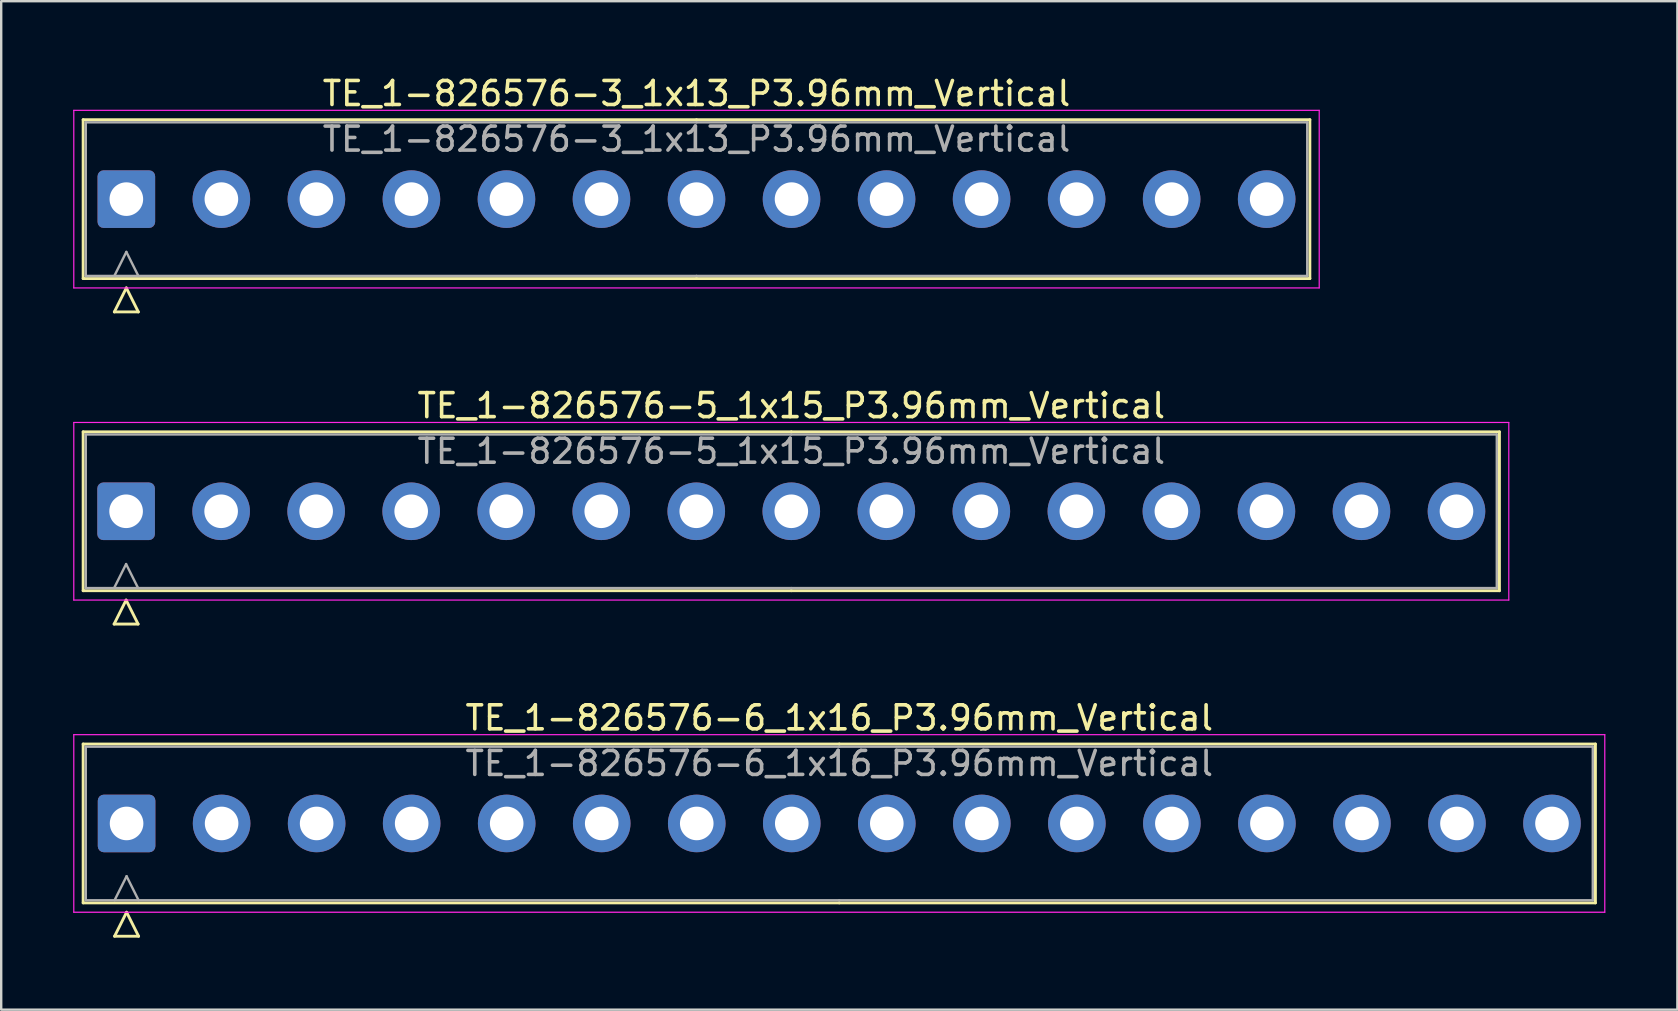
<source format=kicad_pcb>
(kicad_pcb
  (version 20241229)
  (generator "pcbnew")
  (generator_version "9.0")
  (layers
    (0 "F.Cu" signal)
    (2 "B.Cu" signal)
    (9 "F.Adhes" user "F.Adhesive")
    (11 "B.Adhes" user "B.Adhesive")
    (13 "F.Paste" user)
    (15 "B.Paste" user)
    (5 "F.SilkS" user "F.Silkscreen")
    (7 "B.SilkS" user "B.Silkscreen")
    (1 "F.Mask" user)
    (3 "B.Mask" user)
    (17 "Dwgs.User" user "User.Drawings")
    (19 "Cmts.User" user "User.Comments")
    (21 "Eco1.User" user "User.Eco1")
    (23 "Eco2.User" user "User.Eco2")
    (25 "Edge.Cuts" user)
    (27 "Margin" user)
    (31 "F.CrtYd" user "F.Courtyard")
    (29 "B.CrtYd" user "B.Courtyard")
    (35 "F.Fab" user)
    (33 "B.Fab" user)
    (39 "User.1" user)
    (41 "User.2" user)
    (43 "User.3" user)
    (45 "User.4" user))
  (footprint "TE_1-826576-6_1x16_P3.96mm_Vertical"
    (layer "F.Cu")
    (at 2.225 31.265)
    (property "Reference" "TE_1-826576-6_1x16_P3.96mm_Vertical" (at 29.7 -4.4 0) (layer "F.SilkS") (effects (font (size 1 1) (thickness 0.15))))
    (attr through_hole)
    (fp_line (start -1.81 -3.31) (end -1.81 3.31) (stroke (width 0.12) (type solid)) (layer "F.SilkS"))
    (fp_line (start -1.81 3.31) (end 29.7 3.31) (stroke (width 0.12) (type solid)) (layer "F.SilkS"))
    (fp_line (start -0.5 4.7) (end 0 3.7) (stroke (width 0.12) (type solid)) (layer "F.SilkS"))
    (fp_line (start 0 3.7) (end 0.5 4.7) (stroke (width 0.12) (type solid)) (layer "F.SilkS"))
    (fp_line (start 0.5 4.7) (end -0.5 4.7) (stroke (width 0.12) (type solid)) (layer "F.SilkS"))
    (fp_line (start 29.7 -3.31) (end -1.81 -3.31) (stroke (width 0.12) (type solid)) (layer "F.SilkS"))
    (fp_line (start 29.7 -3.31) (end 61.21 -3.31) (stroke (width 0.12) (type solid)) (layer "F.SilkS"))
    (fp_line (start 61.21 -3.31) (end 61.21 3.31) (stroke (width 0.12) (type solid)) (layer "F.SilkS"))
    (fp_line (start 61.21 3.31) (end 29.7 3.31) (stroke (width 0.12) (type solid)) (layer "F.SilkS"))
    (fp_line (start -2.2 -3.7) (end -2.2 3.7) (stroke (width 0.05) (type solid)) (layer "F.CrtYd"))
    (fp_line (start -2.2 3.7) (end 61.6 3.7) (stroke (width 0.05) (type solid)) (layer "F.CrtYd"))
    (fp_line (start 61.6 -3.7) (end -2.2 -3.7) (stroke (width 0.05) (type solid)) (layer "F.CrtYd"))
    (fp_line (start 61.6 3.7) (end 61.6 -3.7) (stroke (width 0.05) (type solid)) (layer "F.CrtYd"))
    (fp_line (start -1.7 -3.2) (end -1.7 3.2) (stroke (width 0.1) (type solid)) (layer "F.Fab"))
    (fp_line (start -1.7 3.2) (end 29.7 3.2) (stroke (width 0.1) (type solid)) (layer "F.Fab"))
    (fp_line (start -0.5 3.2) (end 0 2.2) (stroke (width 0.1) (type solid)) (layer "F.Fab"))
    (fp_line (start 0 2.2) (end 0.5 3.2) (stroke (width 0.1) (type solid)) (layer "F.Fab"))
    (fp_line (start 29.7 -3.2) (end -1.7 -3.2) (stroke (width 0.1) (type solid)) (layer "F.Fab"))
    (fp_line (start 29.7 -3.2) (end 61.1 -3.2) (stroke (width 0.1) (type solid)) (layer "F.Fab"))
    (fp_line (start 61.1 -3.2) (end 61.1 3.2) (stroke (width 0.1) (type solid)) (layer "F.Fab"))
    (fp_line (start 61.1 3.2) (end 29.7 3.2) (stroke (width 0.1) (type solid)) (layer "F.Fab"))
    (fp_text user "${REFERENCE}" (at 29.7 -2.5 0) (layer "F.Fab") (effects (font (size 1 1) (thickness 0.15))))
    (pad "1" thru_hole roundrect (at 0 0) (size 2.4 2.4) (drill 1.4) (layers "*.Cu" "*.Mask") (roundrect_rratio 0.104))
    (pad "2" thru_hole circle (at 3.96 0) (size 2.4 2.4) (drill 1.4) (layers "*.Cu" "*.Mask"))
    (pad "3" thru_hole circle (at 7.92 0) (size 2.4 2.4) (drill 1.4) (layers "*.Cu" "*.Mask"))
    (pad "4" thru_hole circle (at 11.88 0) (size 2.4 2.4) (drill 1.4) (layers "*.Cu" "*.Mask"))
    (pad "5" thru_hole circle (at 15.84 0) (size 2.4 2.4) (drill 1.4) (layers "*.Cu" "*.Mask"))
    (pad "6" thru_hole circle (at 19.8 0) (size 2.4 2.4) (drill 1.4) (layers "*.Cu" "*.Mask"))
    (pad "7" thru_hole circle (at 23.76 0) (size 2.4 2.4) (drill 1.4) (layers "*.Cu" "*.Mask"))
    (pad "8" thru_hole circle (at 27.72 0) (size 2.4 2.4) (drill 1.4) (layers "*.Cu" "*.Mask"))
    (pad "9" thru_hole circle (at 31.68 0) (size 2.4 2.4) (drill 1.4) (layers "*.Cu" "*.Mask"))
    (pad "10" thru_hole circle (at 35.64 0) (size 2.4 2.4) (drill 1.4) (layers "*.Cu" "*.Mask"))
    (pad "11" thru_hole circle (at 39.6 0) (size 2.4 2.4) (drill 1.4) (layers "*.Cu" "*.Mask"))
    (pad "12" thru_hole circle (at 43.56 0) (size 2.4 2.4) (drill 1.4) (layers "*.Cu" "*.Mask"))
    (pad "13" thru_hole circle (at 47.52 0) (size 2.4 2.4) (drill 1.4) (layers "*.Cu" "*.Mask"))
    (pad "14" thru_hole circle (at 51.48 0) (size 2.4 2.4) (drill 1.4) (layers "*.Cu" "*.Mask"))
    (pad "15" thru_hole circle (at 55.44 0) (size 2.4 2.4) (drill 1.4) (layers "*.Cu" "*.Mask"))
    (pad "16" thru_hole circle (at 59.4 0) (size 2.4 2.4) (drill 1.4) (layers "*.Cu" "*.Mask")))
  (footprint "TE_1-826576-5_1x15_P3.96mm_Vertical"
    (layer "F.Cu")
    (at 2.205 18.256)
    (property "Reference" "TE_1-826576-5_1x15_P3.96mm_Vertical" (at 27.72 -4.4 0) (layer "F.SilkS") (effects (font (size 1 1) (thickness 0.15))))
    (attr through_hole)
    (fp_line (start -1.79 -3.31) (end -1.79 3.31) (stroke (width 0.12) (type solid)) (layer "F.SilkS"))
    (fp_line (start -1.79 3.31) (end 27.72 3.31) (stroke (width 0.12) (type solid)) (layer "F.SilkS"))
    (fp_line (start -0.5 4.7) (end 0 3.7) (stroke (width 0.12) (type solid)) (layer "F.SilkS"))
    (fp_line (start 0 3.7) (end 0.5 4.7) (stroke (width 0.12) (type solid)) (layer "F.SilkS"))
    (fp_line (start 0.5 4.7) (end -0.5 4.7) (stroke (width 0.12) (type solid)) (layer "F.SilkS"))
    (fp_line (start 27.72 -3.31) (end -1.79 -3.31) (stroke (width 0.12) (type solid)) (layer "F.SilkS"))
    (fp_line (start 27.72 -3.31) (end 57.23 -3.31) (stroke (width 0.12) (type solid)) (layer "F.SilkS"))
    (fp_line (start 57.23 -3.31) (end 57.23 3.31) (stroke (width 0.12) (type solid)) (layer "F.SilkS"))
    (fp_line (start 57.23 3.31) (end 27.72 3.31) (stroke (width 0.12) (type solid)) (layer "F.SilkS"))
    (fp_line (start -2.18 -3.7) (end -2.18 3.7) (stroke (width 0.05) (type solid)) (layer "F.CrtYd"))
    (fp_line (start -2.18 3.7) (end 57.62 3.7) (stroke (width 0.05) (type solid)) (layer "F.CrtYd"))
    (fp_line (start 57.62 -3.7) (end -2.18 -3.7) (stroke (width 0.05) (type solid)) (layer "F.CrtYd"))
    (fp_line (start 57.62 3.7) (end 57.62 -3.7) (stroke (width 0.05) (type solid)) (layer "F.CrtYd"))
    (fp_line (start -1.68 -3.2) (end -1.68 3.2) (stroke (width 0.1) (type solid)) (layer "F.Fab"))
    (fp_line (start -1.68 3.2) (end 27.72 3.2) (stroke (width 0.1) (type solid)) (layer "F.Fab"))
    (fp_line (start -0.5 3.2) (end 0 2.2) (stroke (width 0.1) (type solid)) (layer "F.Fab"))
    (fp_line (start 0 2.2) (end 0.5 3.2) (stroke (width 0.1) (type solid)) (layer "F.Fab"))
    (fp_line (start 27.72 -3.2) (end -1.68 -3.2) (stroke (width 0.1) (type solid)) (layer "F.Fab"))
    (fp_line (start 27.72 -3.2) (end 57.12 -3.2) (stroke (width 0.1) (type solid)) (layer "F.Fab"))
    (fp_line (start 57.12 -3.2) (end 57.12 3.2) (stroke (width 0.1) (type solid)) (layer "F.Fab"))
    (fp_line (start 57.12 3.2) (end 27.72 3.2) (stroke (width 0.1) (type solid)) (layer "F.Fab"))
    (fp_text user "${REFERENCE}" (at 27.72 -2.5 0) (layer "F.Fab") (effects (font (size 1 1) (thickness 0.15))))
    (pad "1" thru_hole roundrect (at 0 0) (size 2.4 2.4) (drill 1.4) (layers "*.Cu" "*.Mask") (roundrect_rratio 0.104))
    (pad "2" thru_hole circle (at 3.96 0) (size 2.4 2.4) (drill 1.4) (layers "*.Cu" "*.Mask"))
    (pad "3" thru_hole circle (at 7.92 0) (size 2.4 2.4) (drill 1.4) (layers "*.Cu" "*.Mask"))
    (pad "4" thru_hole circle (at 11.88 0) (size 2.4 2.4) (drill 1.4) (layers "*.Cu" "*.Mask"))
    (pad "5" thru_hole circle (at 15.84 0) (size 2.4 2.4) (drill 1.4) (layers "*.Cu" "*.Mask"))
    (pad "6" thru_hole circle (at 19.8 0) (size 2.4 2.4) (drill 1.4) (layers "*.Cu" "*.Mask"))
    (pad "7" thru_hole circle (at 23.76 0) (size 2.4 2.4) (drill 1.4) (layers "*.Cu" "*.Mask"))
    (pad "8" thru_hole circle (at 27.72 0) (size 2.4 2.4) (drill 1.4) (layers "*.Cu" "*.Mask"))
    (pad "9" thru_hole circle (at 31.68 0) (size 2.4 2.4) (drill 1.4) (layers "*.Cu" "*.Mask"))
    (pad "10" thru_hole circle (at 35.64 0) (size 2.4 2.4) (drill 1.4) (layers "*.Cu" "*.Mask"))
    (pad "11" thru_hole circle (at 39.6 0) (size 2.4 2.4) (drill 1.4) (layers "*.Cu" "*.Mask"))
    (pad "12" thru_hole circle (at 43.56 0) (size 2.4 2.4) (drill 1.4) (layers "*.Cu" "*.Mask"))
    (pad "13" thru_hole circle (at 47.52 0) (size 2.4 2.4) (drill 1.4) (layers "*.Cu" "*.Mask"))
    (pad "14" thru_hole circle (at 51.48 0) (size 2.4 2.4) (drill 1.4) (layers "*.Cu" "*.Mask"))
    (pad "15" thru_hole circle (at 55.44 0) (size 2.4 2.4) (drill 1.4) (layers "*.Cu" "*.Mask")))
  (footprint "TE_1-826576-3_1x13_P3.96mm_Vertical"
    (layer "F.Cu")
    (at 2.215 5.248)
    (property "Reference" "TE_1-826576-3_1x13_P3.96mm_Vertical" (at 23.76 -4.4 0) (layer "F.SilkS") (effects (font (size 1 1) (thickness 0.15))))
    (attr through_hole)
    (fp_line (start -1.8 -3.31) (end -1.8 3.31) (stroke (width 0.12) (type solid)) (layer "F.SilkS"))
    (fp_line (start -1.8 3.31) (end 23.76 3.31) (stroke (width 0.12) (type solid)) (layer "F.SilkS"))
    (fp_line (start -0.5 4.7) (end 0 3.7) (stroke (width 0.12) (type solid)) (layer "F.SilkS"))
    (fp_line (start 0 3.7) (end 0.5 4.7) (stroke (width 0.12) (type solid)) (layer "F.SilkS"))
    (fp_line (start 0.5 4.7) (end -0.5 4.7) (stroke (width 0.12) (type solid)) (layer "F.SilkS"))
    (fp_line (start 23.76 -3.31) (end -1.8 -3.31) (stroke (width 0.12) (type solid)) (layer "F.SilkS"))
    (fp_line (start 23.76 -3.31) (end 49.32 -3.31) (stroke (width 0.12) (type solid)) (layer "F.SilkS"))
    (fp_line (start 49.32 -3.31) (end 49.32 3.31) (stroke (width 0.12) (type solid)) (layer "F.SilkS"))
    (fp_line (start 49.32 3.31) (end 23.76 3.31) (stroke (width 0.12) (type solid)) (layer "F.SilkS"))
    (fp_line (start -2.19 -3.7) (end -2.19 3.7) (stroke (width 0.05) (type solid)) (layer "F.CrtYd"))
    (fp_line (start -2.19 3.7) (end 49.71 3.7) (stroke (width 0.05) (type solid)) (layer "F.CrtYd"))
    (fp_line (start 49.71 -3.7) (end -2.19 -3.7) (stroke (width 0.05) (type solid)) (layer "F.CrtYd"))
    (fp_line (start 49.71 3.7) (end 49.71 -3.7) (stroke (width 0.05) (type solid)) (layer "F.CrtYd"))
    (fp_line (start -1.69 -3.2) (end -1.69 3.2) (stroke (width 0.1) (type solid)) (layer "F.Fab"))
    (fp_line (start -1.69 3.2) (end 23.76 3.2) (stroke (width 0.1) (type solid)) (layer "F.Fab"))
    (fp_line (start -0.5 3.2) (end 0 2.2) (stroke (width 0.1) (type solid)) (layer "F.Fab"))
    (fp_line (start 0 2.2) (end 0.5 3.2) (stroke (width 0.1) (type solid)) (layer "F.Fab"))
    (fp_line (start 23.76 -3.2) (end -1.69 -3.2) (stroke (width 0.1) (type solid)) (layer "F.Fab"))
    (fp_line (start 23.76 -3.2) (end 49.21 -3.2) (stroke (width 0.1) (type solid)) (layer "F.Fab"))
    (fp_line (start 49.21 -3.2) (end 49.21 3.2) (stroke (width 0.1) (type solid)) (layer "F.Fab"))
    (fp_line (start 49.21 3.2) (end 23.76 3.2) (stroke (width 0.1) (type solid)) (layer "F.Fab"))
    (fp_text user "${REFERENCE}" (at 23.76 -2.5 0) (layer "F.Fab") (effects (font (size 1 1) (thickness 0.15))))
    (pad "1" thru_hole roundrect (at 0 0) (size 2.4 2.4) (drill 1.4) (layers "*.Cu" "*.Mask") (roundrect_rratio 0.104))
    (pad "2" thru_hole circle (at 3.96 0) (size 2.4 2.4) (drill 1.4) (layers "*.Cu" "*.Mask"))
    (pad "3" thru_hole circle (at 7.92 0) (size 2.4 2.4) (drill 1.4) (layers "*.Cu" "*.Mask"))
    (pad "4" thru_hole circle (at 11.88 0) (size 2.4 2.4) (drill 1.4) (layers "*.Cu" "*.Mask"))
    (pad "5" thru_hole circle (at 15.84 0) (size 2.4 2.4) (drill 1.4) (layers "*.Cu" "*.Mask"))
    (pad "6" thru_hole circle (at 19.8 0) (size 2.4 2.4) (drill 1.4) (layers "*.Cu" "*.Mask"))
    (pad "7" thru_hole circle (at 23.76 0) (size 2.4 2.4) (drill 1.4) (layers "*.Cu" "*.Mask"))
    (pad "8" thru_hole circle (at 27.72 0) (size 2.4 2.4) (drill 1.4) (layers "*.Cu" "*.Mask"))
    (pad "9" thru_hole circle (at 31.68 0) (size 2.4 2.4) (drill 1.4) (layers "*.Cu" "*.Mask"))
    (pad "10" thru_hole circle (at 35.64 0) (size 2.4 2.4) (drill 1.4) (layers "*.Cu" "*.Mask"))
    (pad "11" thru_hole circle (at 39.6 0) (size 2.4 2.4) (drill 1.4) (layers "*.Cu" "*.Mask"))
    (pad "12" thru_hole circle (at 43.56 0) (size 2.4 2.4) (drill 1.4) (layers "*.Cu" "*.Mask"))
    (pad "13" thru_hole circle (at 47.52 0) (size 2.4 2.4) (drill 1.4) (layers "*.Cu" "*.Mask")))
  (gr_rect
    (start -3 -3)
    (end 66.85 39.025)
    (stroke (width 0.1) (type default))
    (fill no)
    (layer "Edge.Cuts")))
</source>
